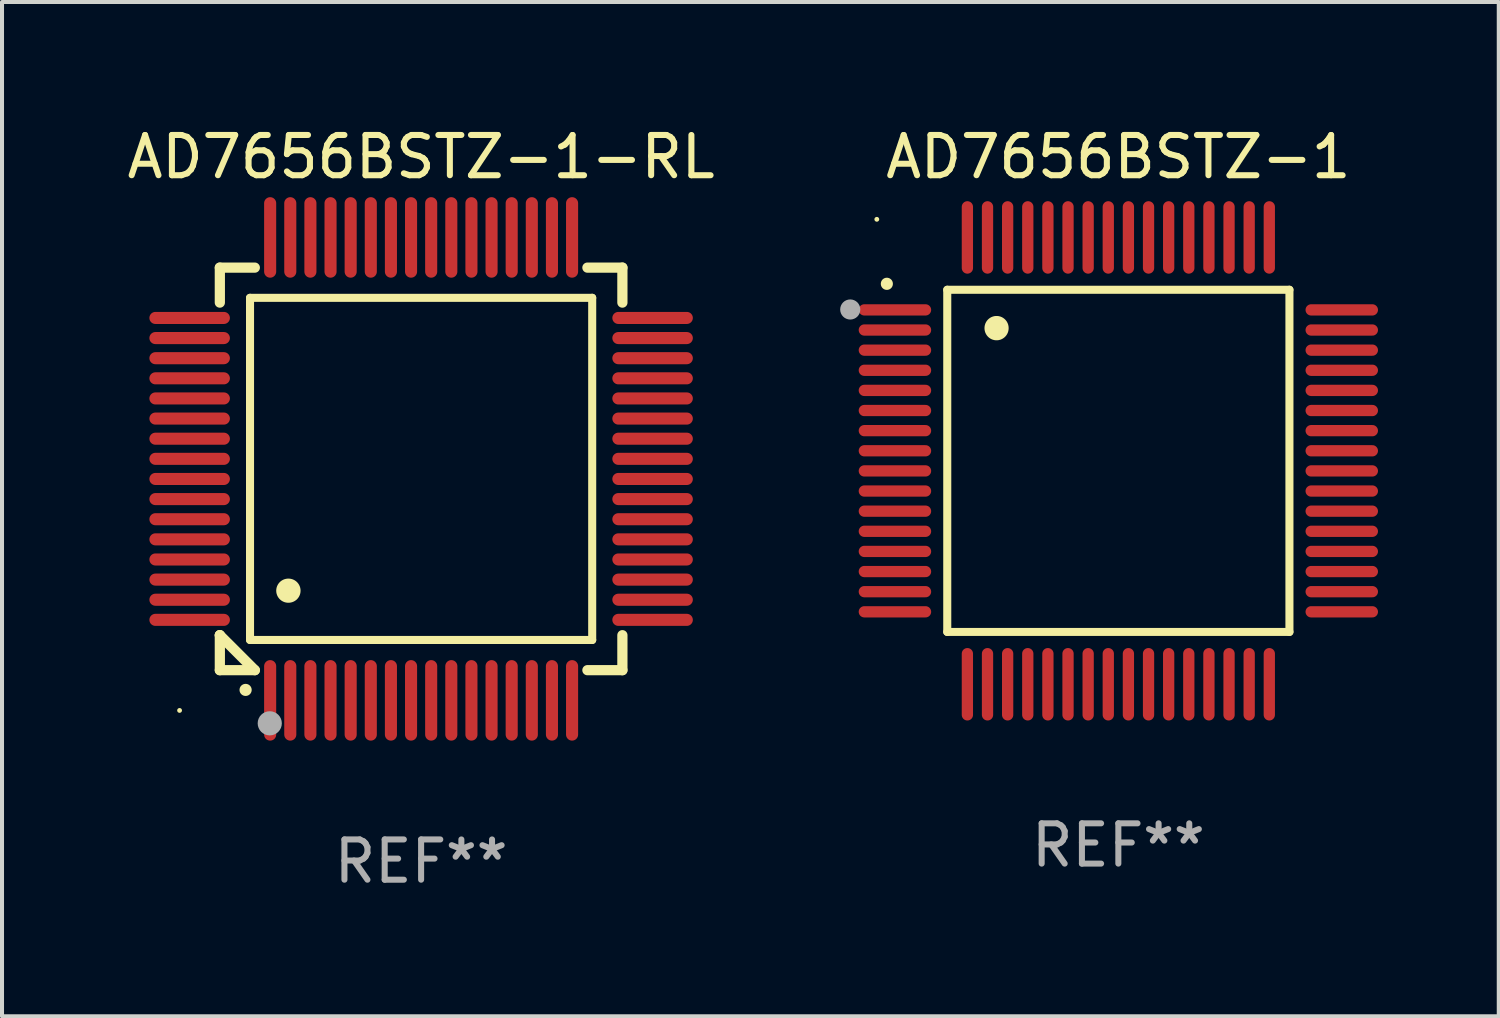
<source format=kicad_pcb>
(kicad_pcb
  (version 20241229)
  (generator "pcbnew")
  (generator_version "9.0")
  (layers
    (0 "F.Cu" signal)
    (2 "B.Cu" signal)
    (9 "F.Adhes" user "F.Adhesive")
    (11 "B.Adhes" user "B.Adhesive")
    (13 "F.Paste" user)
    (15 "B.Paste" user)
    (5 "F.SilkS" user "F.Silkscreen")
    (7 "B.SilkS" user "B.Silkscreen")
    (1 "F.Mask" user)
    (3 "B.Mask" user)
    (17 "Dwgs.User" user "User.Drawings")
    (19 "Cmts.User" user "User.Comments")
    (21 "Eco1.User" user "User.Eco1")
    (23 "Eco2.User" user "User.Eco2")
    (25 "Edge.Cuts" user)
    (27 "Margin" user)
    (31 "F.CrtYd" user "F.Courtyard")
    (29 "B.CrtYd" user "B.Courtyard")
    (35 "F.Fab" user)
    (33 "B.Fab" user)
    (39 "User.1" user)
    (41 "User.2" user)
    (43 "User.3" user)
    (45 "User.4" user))
  (footprint "AD7656BSTZ-1-RL"
    (layer "F.Cu")
    (at 7.411 8.598)
    (property "Reference" "AD7656BSTZ-1-RL" (at 0 -7.75 0) (layer "F.SilkS") (effects (font (size 1 1) (thickness 0.15))))
    (attr through_hole)
    (fp_line (start -5 -5) (end -4.131 -5) (stroke (width 0.254) (type solid)) (layer "F.SilkS"))
    (fp_line (start -5 -4.131) (end -5 -5) (stroke (width 0.254) (type solid)) (layer "F.SilkS"))
    (fp_line (start -5 4.131) (end -5 4.131) (stroke (width 0.254) (type solid)) (layer "F.SilkS"))
    (fp_line (start -5 5) (end -5 4.131) (stroke (width 0.254) (type solid)) (layer "F.SilkS"))
    (fp_line (start -5 4.131) (end -4.131 5) (stroke (width 0.254) (type solid)) (layer "F.SilkS"))
    (fp_line (start -4.25 -4.25) (end -4.25 4.25) (stroke (width 0.2) (type solid)) (layer "F.SilkS"))
    (fp_line (start -4.25 4.25) (end 4.25 4.25) (stroke (width 0.2) (type solid)) (layer "F.SilkS"))
    (fp_line (start -4.131 5) (end -5 5) (stroke (width 0.254) (type solid)) (layer "F.SilkS"))
    (fp_line (start 4.25 -4.25) (end -4.25 -4.25) (stroke (width 0.2) (type solid)) (layer "F.SilkS"))
    (fp_line (start 4.25 4.25) (end 4.25 -4.25) (stroke (width 0.2) (type solid)) (layer "F.SilkS"))
    (fp_line (start 5 -5) (end 4.131 -5) (stroke (width 0.254) (type solid)) (layer "F.SilkS"))
    (fp_line (start 5 -5) (end 5 -4.131) (stroke (width 0.254) (type solid)) (layer "F.SilkS"))
    (fp_line (start 5 4.131) (end 5 5) (stroke (width 0.254) (type solid)) (layer "F.SilkS"))
    (fp_line (start 5 5) (end 4.131 5) (stroke (width 0.254) (type solid)) (layer "F.SilkS"))
    (fp_arc (start -4.361265 5.489992) (mid -4.359995 5.489987) (end -4.358725 5.489992) (stroke (width 0.3) (type solid)) (layer "F.SilkS"))
    (fp_arc (start -3.299467 3.025146) (mid -3.296927 3.025135) (end -3.294387 3.025146) (stroke (width 0.6) (type solid)) (layer "F.SilkS"))
    (fp_circle (center -6 6) (end -5.97 6) (stroke (width 0.06) (type solid)) (fill no) (layer "F.SilkS"))
    (fp_circle (center -3.76 6.32) (end -3.61 6.32) (stroke (width 0.3) (type solid)) (fill no) (layer "F.Fab"))
    (fp_text user "REF**" (at 0 9.75 0) (layer "F.Fab") (effects (font (size 1 1) (thickness 0.15))))
    (pad "1" smd oval (at -3.75 5.75) (size 0.3 2) (layers "F.Cu" "F.Mask" "F.Paste"))
    (pad "2" smd oval (at -3.25 5.75) (size 0.3 2) (layers "F.Cu" "F.Mask" "F.Paste"))
    (pad "3" smd oval (at -2.75 5.75) (size 0.3 2) (layers "F.Cu" "F.Mask" "F.Paste"))
    (pad "4" smd oval (at -2.25 5.75) (size 0.3 2) (layers "F.Cu" "F.Mask" "F.Paste"))
    (pad "5" smd oval (at -1.75 5.75) (size 0.3 2) (layers "F.Cu" "F.Mask" "F.Paste"))
    (pad "6" smd oval (at -1.25 5.75) (size 0.3 2) (layers "F.Cu" "F.Mask" "F.Paste"))
    (pad "7" smd oval (at -0.75 5.75) (size 0.3 2) (layers "F.Cu" "F.Mask" "F.Paste"))
    (pad "8" smd oval (at -0.25 5.75) (size 0.3 2) (layers "F.Cu" "F.Mask" "F.Paste"))
    (pad "9" smd oval (at 0.25 5.75) (size 0.3 2) (layers "F.Cu" "F.Mask" "F.Paste"))
    (pad "10" smd oval (at 0.75 5.75) (size 0.3 2) (layers "F.Cu" "F.Mask" "F.Paste"))
    (pad "11" smd oval (at 1.25 5.75) (size 0.3 2) (layers "F.Cu" "F.Mask" "F.Paste"))
    (pad "12" smd oval (at 1.75 5.75) (size 0.3 2) (layers "F.Cu" "F.Mask" "F.Paste"))
    (pad "13" smd oval (at 2.25 5.75) (size 0.3 2) (layers "F.Cu" "F.Mask" "F.Paste"))
    (pad "14" smd oval (at 2.75 5.75) (size 0.3 2) (layers "F.Cu" "F.Mask" "F.Paste"))
    (pad "15" smd oval (at 3.25 5.75) (size 0.3 2) (layers "F.Cu" "F.Mask" "F.Paste"))
    (pad "16" smd oval (at 3.75 5.75) (size 0.3 2) (layers "F.Cu" "F.Mask" "F.Paste"))
    (pad "17" smd oval (at 5.75 3.75) (size 2 0.3) (layers "F.Cu" "F.Mask" "F.Paste"))
    (pad "18" smd oval (at 5.75 3.25) (size 2 0.3) (layers "F.Cu" "F.Mask" "F.Paste"))
    (pad "19" smd oval (at 5.75 2.75) (size 2 0.3) (layers "F.Cu" "F.Mask" "F.Paste"))
    (pad "20" smd oval (at 5.75 2.25) (size 2 0.3) (layers "F.Cu" "F.Mask" "F.Paste"))
    (pad "21" smd oval (at 5.75 1.75) (size 2 0.3) (layers "F.Cu" "F.Mask" "F.Paste"))
    (pad "22" smd oval (at 5.75 1.25) (size 2 0.3) (layers "F.Cu" "F.Mask" "F.Paste"))
    (pad "23" smd oval (at 5.75 0.75) (size 2 0.3) (layers "F.Cu" "F.Mask" "F.Paste"))
    (pad "24" smd oval (at 5.75 0.25) (size 2 0.3) (layers "F.Cu" "F.Mask" "F.Paste"))
    (pad "25" smd oval (at 5.75 -0.25) (size 2 0.3) (layers "F.Cu" "F.Mask" "F.Paste"))
    (pad "26" smd oval (at 5.75 -0.75) (size 2 0.3) (layers "F.Cu" "F.Mask" "F.Paste"))
    (pad "27" smd oval (at 5.75 -1.25) (size 2 0.3) (layers "F.Cu" "F.Mask" "F.Paste"))
    (pad "28" smd oval (at 5.75 -1.75) (size 2 0.3) (layers "F.Cu" "F.Mask" "F.Paste"))
    (pad "29" smd oval (at 5.75 -2.25) (size 2 0.3) (layers "F.Cu" "F.Mask" "F.Paste"))
    (pad "30" smd oval (at 5.75 -2.75) (size 2 0.3) (layers "F.Cu" "F.Mask" "F.Paste"))
    (pad "31" smd oval (at 5.75 -3.25) (size 2 0.3) (layers "F.Cu" "F.Mask" "F.Paste"))
    (pad "32" smd oval (at 5.75 -3.75) (size 2 0.3) (layers "F.Cu" "F.Mask" "F.Paste"))
    (pad "33" smd oval (at 3.75 -5.75) (size 0.3 2) (layers "F.Cu" "F.Mask" "F.Paste"))
    (pad "34" smd oval (at 3.25 -5.75) (size 0.3 2) (layers "F.Cu" "F.Mask" "F.Paste"))
    (pad "35" smd oval (at 2.75 -5.75) (size 0.3 2) (layers "F.Cu" "F.Mask" "F.Paste"))
    (pad "36" smd oval (at 2.25 -5.75) (size 0.3 2) (layers "F.Cu" "F.Mask" "F.Paste"))
    (pad "37" smd oval (at 1.75 -5.75) (size 0.3 2) (layers "F.Cu" "F.Mask" "F.Paste"))
    (pad "38" smd oval (at 1.25 -5.75) (size 0.3 2) (layers "F.Cu" "F.Mask" "F.Paste"))
    (pad "39" smd oval (at 0.75 -5.75) (size 0.3 2) (layers "F.Cu" "F.Mask" "F.Paste"))
    (pad "40" smd oval (at 0.25 -5.75) (size 0.3 2) (layers "F.Cu" "F.Mask" "F.Paste"))
    (pad "41" smd oval (at -0.25 -5.75) (size 0.3 2) (layers "F.Cu" "F.Mask" "F.Paste"))
    (pad "42" smd oval (at -0.75 -5.75) (size 0.3 2) (layers "F.Cu" "F.Mask" "F.Paste"))
    (pad "43" smd oval (at -1.25 -5.75) (size 0.3 2) (layers "F.Cu" "F.Mask" "F.Paste"))
    (pad "44" smd oval (at -1.75 -5.75) (size 0.3 2) (layers "F.Cu" "F.Mask" "F.Paste"))
    (pad "45" smd oval (at -2.25 -5.75) (size 0.3 2) (layers "F.Cu" "F.Mask" "F.Paste"))
    (pad "46" smd oval (at -2.75 -5.75) (size 0.3 2) (layers "F.Cu" "F.Mask" "F.Paste"))
    (pad "47" smd oval (at -3.25 -5.75) (size 0.3 2) (layers "F.Cu" "F.Mask" "F.Paste"))
    (pad "48" smd oval (at -3.75 -5.75) (size 0.3 2) (layers "F.Cu" "F.Mask" "F.Paste"))
    (pad "49" smd oval (at -5.75 -3.75) (size 2 0.3) (layers "F.Cu" "F.Mask" "F.Paste"))
    (pad "50" smd oval (at -5.75 -3.25) (size 2 0.3) (layers "F.Cu" "F.Mask" "F.Paste"))
    (pad "51" smd oval (at -5.75 -2.75) (size 2 0.3) (layers "F.Cu" "F.Mask" "F.Paste"))
    (pad "52" smd oval (at -5.75 -2.25) (size 2 0.3) (layers "F.Cu" "F.Mask" "F.Paste"))
    (pad "53" smd oval (at -5.75 -1.75) (size 2 0.3) (layers "F.Cu" "F.Mask" "F.Paste"))
    (pad "54" smd oval (at -5.75 -1.25) (size 2 0.3) (layers "F.Cu" "F.Mask" "F.Paste"))
    (pad "55" smd oval (at -5.75 -0.75) (size 2 0.3) (layers "F.Cu" "F.Mask" "F.Paste"))
    (pad "56" smd oval (at -5.75 -0.25) (size 2 0.3) (layers "F.Cu" "F.Mask" "F.Paste"))
    (pad "57" smd oval (at -5.75 0.25) (size 2 0.3) (layers "F.Cu" "F.Mask" "F.Paste"))
    (pad "58" smd oval (at -5.75 0.75) (size 2 0.3) (layers "F.Cu" "F.Mask" "F.Paste"))
    (pad "59" smd oval (at -5.75 1.25) (size 2 0.3) (layers "F.Cu" "F.Mask" "F.Paste"))
    (pad "60" smd oval (at -5.75 1.75) (size 2 0.3) (layers "F.Cu" "F.Mask" "F.Paste"))
    (pad "61" smd oval (at -5.75 2.25) (size 2 0.3) (layers "F.Cu" "F.Mask" "F.Paste"))
    (pad "62" smd oval (at -5.75 2.75) (size 2 0.3) (layers "F.Cu" "F.Mask" "F.Paste"))
    (pad "63" smd oval (at -5.75 3.25) (size 2 0.3) (layers "F.Cu" "F.Mask" "F.Paste"))
    (pad "64" smd oval (at -5.75 3.75) (size 2 0.3) (layers "F.Cu" "F.Mask" "F.Paste")))
  (footprint "AD7656BSTZ-1"
    (layer "F.Cu")
    (at 24.731 8.398)
    (property "Reference" "AD7656BSTZ-1" (at 0 -7.55 0) (layer "F.SilkS") (effects (font (size 1 1) (thickness 0.15))))
    (attr through_hole)
    (fp_line (start -4.25 -4.25) (end -4.25 4.25) (stroke (width 0.2) (type solid)) (layer "F.SilkS"))
    (fp_line (start -4.25 4.25) (end 4.25 4.25) (stroke (width 0.2) (type solid)) (layer "F.SilkS"))
    (fp_line (start 4.25 -4.25) (end -4.25 -4.25) (stroke (width 0.2) (type solid)) (layer "F.SilkS"))
    (fp_line (start 4.25 4.25) (end 4.25 -4.25) (stroke (width 0.2) (type solid)) (layer "F.SilkS"))
    (fp_arc (start -5.750572 -4.396749) (mid -5.750577 -4.398019) (end -5.750572 -4.399289) (stroke (width 0.3) (type solid)) (layer "F.SilkS"))
    (fp_arc (start -3.025146 -3.294387) (mid -3.025157 -3.296927) (end -3.025146 -3.299467) (stroke (width 0.6) (type solid)) (layer "F.SilkS"))
    (fp_circle (center -6 -6) (end -5.97 -6) (stroke (width 0.06) (type solid)) (fill no) (layer "F.SilkS"))
    (fp_circle (center -6.66 -3.76) (end -6.535 -3.76) (stroke (width 0.25) (type solid)) (fill no) (layer "F.Fab"))
    (fp_text user "REF**" (at 0 9.55 0) (layer "F.Fab") (effects (font (size 1 1) (thickness 0.15))))
    (pad "1" smd oval (at -5.55 -3.75) (size 1.8 0.28) (layers "F.Cu" "F.Mask" "F.Paste"))
    (pad "2" smd oval (at -5.55 -3.25) (size 1.8 0.28) (layers "F.Cu" "F.Mask" "F.Paste"))
    (pad "3" smd oval (at -5.55 -2.75) (size 1.8 0.28) (layers "F.Cu" "F.Mask" "F.Paste"))
    (pad "4" smd oval (at -5.55 -2.25) (size 1.8 0.28) (layers "F.Cu" "F.Mask" "F.Paste"))
    (pad "5" smd oval (at -5.55 -1.75) (size 1.8 0.28) (layers "F.Cu" "F.Mask" "F.Paste"))
    (pad "6" smd oval (at -5.55 -1.25) (size 1.8 0.28) (layers "F.Cu" "F.Mask" "F.Paste"))
    (pad "7" smd oval (at -5.55 -0.75) (size 1.8 0.28) (layers "F.Cu" "F.Mask" "F.Paste"))
    (pad "8" smd oval (at -5.55 -0.25) (size 1.8 0.28) (layers "F.Cu" "F.Mask" "F.Paste"))
    (pad "9" smd oval (at -5.55 0.25) (size 1.8 0.28) (layers "F.Cu" "F.Mask" "F.Paste"))
    (pad "10" smd oval (at -5.55 0.75) (size 1.8 0.28) (layers "F.Cu" "F.Mask" "F.Paste"))
    (pad "11" smd oval (at -5.55 1.25) (size 1.8 0.28) (layers "F.Cu" "F.Mask" "F.Paste"))
    (pad "12" smd oval (at -5.55 1.75) (size 1.8 0.28) (layers "F.Cu" "F.Mask" "F.Paste"))
    (pad "13" smd oval (at -5.55 2.25) (size 1.8 0.28) (layers "F.Cu" "F.Mask" "F.Paste"))
    (pad "14" smd oval (at -5.55 2.75) (size 1.8 0.28) (layers "F.Cu" "F.Mask" "F.Paste"))
    (pad "15" smd oval (at -5.55 3.25) (size 1.8 0.28) (layers "F.Cu" "F.Mask" "F.Paste"))
    (pad "16" smd oval (at -5.55 3.75) (size 1.8 0.28) (layers "F.Cu" "F.Mask" "F.Paste"))
    (pad "17" smd oval (at -3.75 5.55) (size 0.28 1.8) (layers "F.Cu" "F.Mask" "F.Paste"))
    (pad "18" smd oval (at -3.25 5.55) (size 0.28 1.8) (layers "F.Cu" "F.Mask" "F.Paste"))
    (pad "19" smd oval (at -2.75 5.55) (size 0.28 1.8) (layers "F.Cu" "F.Mask" "F.Paste"))
    (pad "20" smd oval (at -2.25 5.55) (size 0.28 1.8) (layers "F.Cu" "F.Mask" "F.Paste"))
    (pad "21" smd oval (at -1.75 5.55) (size 0.28 1.8) (layers "F.Cu" "F.Mask" "F.Paste"))
    (pad "22" smd oval (at -1.25 5.55) (size 0.28 1.8) (layers "F.Cu" "F.Mask" "F.Paste"))
    (pad "23" smd oval (at -0.75 5.55) (size 0.28 1.8) (layers "F.Cu" "F.Mask" "F.Paste"))
    (pad "24" smd oval (at -0.25 5.55) (size 0.28 1.8) (layers "F.Cu" "F.Mask" "F.Paste"))
    (pad "25" smd oval (at 0.25 5.55) (size 0.28 1.8) (layers "F.Cu" "F.Mask" "F.Paste"))
    (pad "26" smd oval (at 0.75 5.55) (size 0.28 1.8) (layers "F.Cu" "F.Mask" "F.Paste"))
    (pad "27" smd oval (at 1.25 5.55) (size 0.28 1.8) (layers "F.Cu" "F.Mask" "F.Paste"))
    (pad "28" smd oval (at 1.75 5.55) (size 0.28 1.8) (layers "F.Cu" "F.Mask" "F.Paste"))
    (pad "29" smd oval (at 2.25 5.55) (size 0.28 1.8) (layers "F.Cu" "F.Mask" "F.Paste"))
    (pad "30" smd oval (at 2.75 5.55) (size 0.28 1.8) (layers "F.Cu" "F.Mask" "F.Paste"))
    (pad "31" smd oval (at 3.25 5.55) (size 0.28 1.8) (layers "F.Cu" "F.Mask" "F.Paste"))
    (pad "32" smd oval (at 3.75 5.55) (size 0.28 1.8) (layers "F.Cu" "F.Mask" "F.Paste"))
    (pad "33" smd oval (at 5.55 3.75) (size 1.8 0.28) (layers "F.Cu" "F.Mask" "F.Paste"))
    (pad "34" smd oval (at 5.55 3.25) (size 1.8 0.28) (layers "F.Cu" "F.Mask" "F.Paste"))
    (pad "35" smd oval (at 5.55 2.75) (size 1.8 0.28) (layers "F.Cu" "F.Mask" "F.Paste"))
    (pad "36" smd oval (at 5.55 2.25) (size 1.8 0.28) (layers "F.Cu" "F.Mask" "F.Paste"))
    (pad "37" smd oval (at 5.55 1.75) (size 1.8 0.28) (layers "F.Cu" "F.Mask" "F.Paste"))
    (pad "38" smd oval (at 5.55 1.25) (size 1.8 0.28) (layers "F.Cu" "F.Mask" "F.Paste"))
    (pad "39" smd oval (at 5.55 0.75) (size 1.8 0.28) (layers "F.Cu" "F.Mask" "F.Paste"))
    (pad "40" smd oval (at 5.55 0.25) (size 1.8 0.28) (layers "F.Cu" "F.Mask" "F.Paste"))
    (pad "41" smd oval (at 5.55 -0.25) (size 1.8 0.28) (layers "F.Cu" "F.Mask" "F.Paste"))
    (pad "42" smd oval (at 5.55 -0.75) (size 1.8 0.28) (layers "F.Cu" "F.Mask" "F.Paste"))
    (pad "43" smd oval (at 5.55 -1.25) (size 1.8 0.28) (layers "F.Cu" "F.Mask" "F.Paste"))
    (pad "44" smd oval (at 5.55 -1.75) (size 1.8 0.28) (layers "F.Cu" "F.Mask" "F.Paste"))
    (pad "45" smd oval (at 5.55 -2.25) (size 1.8 0.28) (layers "F.Cu" "F.Mask" "F.Paste"))
    (pad "46" smd oval (at 5.55 -2.75) (size 1.8 0.28) (layers "F.Cu" "F.Mask" "F.Paste"))
    (pad "47" smd oval (at 5.55 -3.25) (size 1.8 0.28) (layers "F.Cu" "F.Mask" "F.Paste"))
    (pad "48" smd oval (at 5.55 -3.75) (size 1.8 0.28) (layers "F.Cu" "F.Mask" "F.Paste"))
    (pad "49" smd oval (at 3.75 -5.55) (size 0.28 1.8) (layers "F.Cu" "F.Mask" "F.Paste"))
    (pad "50" smd oval (at 3.25 -5.55) (size 0.28 1.8) (layers "F.Cu" "F.Mask" "F.Paste"))
    (pad "51" smd oval (at 2.75 -5.55) (size 0.28 1.8) (layers "F.Cu" "F.Mask" "F.Paste"))
    (pad "52" smd oval (at 2.25 -5.55) (size 0.28 1.8) (layers "F.Cu" "F.Mask" "F.Paste"))
    (pad "53" smd oval (at 1.75 -5.55) (size 0.28 1.8) (layers "F.Cu" "F.Mask" "F.Paste"))
    (pad "54" smd oval (at 1.25 -5.55) (size 0.28 1.8) (layers "F.Cu" "F.Mask" "F.Paste"))
    (pad "55" smd oval (at 0.75 -5.55) (size 0.28 1.8) (layers "F.Cu" "F.Mask" "F.Paste"))
    (pad "56" smd oval (at 0.25 -5.55) (size 0.28 1.8) (layers "F.Cu" "F.Mask" "F.Paste"))
    (pad "57" smd oval (at -0.25 -5.55) (size 0.28 1.8) (layers "F.Cu" "F.Mask" "F.Paste"))
    (pad "58" smd oval (at -0.75 -5.55) (size 0.28 1.8) (layers "F.Cu" "F.Mask" "F.Paste"))
    (pad "59" smd oval (at -1.25 -5.55) (size 0.28 1.8) (layers "F.Cu" "F.Mask" "F.Paste"))
    (pad "60" smd oval (at -1.75 -5.55) (size 0.28 1.8) (layers "F.Cu" "F.Mask" "F.Paste"))
    (pad "61" smd oval (at -2.25 -5.55) (size 0.28 1.8) (layers "F.Cu" "F.Mask" "F.Paste"))
    (pad "62" smd oval (at -2.75 -5.55) (size 0.28 1.8) (layers "F.Cu" "F.Mask" "F.Paste"))
    (pad "63" smd oval (at -3.25 -5.55) (size 0.28 1.8) (layers "F.Cu" "F.Mask" "F.Paste"))
    (pad "64" smd oval (at -3.75 -5.55) (size 0.28 1.8) (layers "F.Cu" "F.Mask" "F.Paste")))
  (gr_rect
    (start -3 -3)
    (end 34.181 22.196)
    (stroke (width 0.1) (type default))
    (fill no)
    (layer "Edge.Cuts")))
</source>
